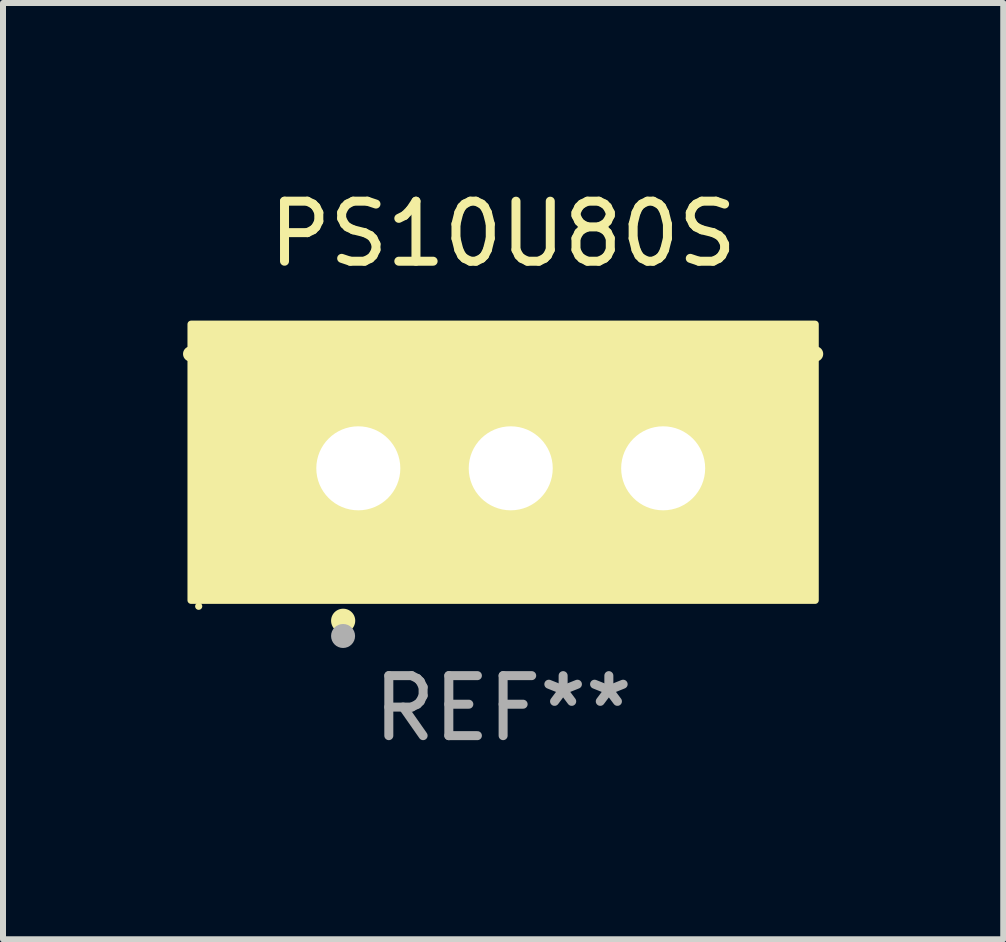
<source format=kicad_pcb>
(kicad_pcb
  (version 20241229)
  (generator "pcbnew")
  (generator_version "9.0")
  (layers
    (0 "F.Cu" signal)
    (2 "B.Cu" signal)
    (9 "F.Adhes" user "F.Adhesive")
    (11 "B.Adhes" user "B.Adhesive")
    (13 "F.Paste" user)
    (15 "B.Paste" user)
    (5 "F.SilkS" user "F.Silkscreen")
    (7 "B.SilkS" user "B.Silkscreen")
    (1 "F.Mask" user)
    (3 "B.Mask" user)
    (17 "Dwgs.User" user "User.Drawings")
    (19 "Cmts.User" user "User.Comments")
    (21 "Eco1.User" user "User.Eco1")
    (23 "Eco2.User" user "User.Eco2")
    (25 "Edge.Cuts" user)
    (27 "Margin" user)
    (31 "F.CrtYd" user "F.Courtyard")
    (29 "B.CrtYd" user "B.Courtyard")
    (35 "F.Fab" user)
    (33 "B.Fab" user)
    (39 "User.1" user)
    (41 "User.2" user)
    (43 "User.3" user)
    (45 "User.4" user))
  (footprint "PS10U80S"
    (layer "F.Cu")
    (at 5.334 3.801)
    (property "Reference" "PS10U80S" (at 0 -2.953 0) (layer "F.SilkS") (effects (font (size 1 1) (thickness 0.15))))
    (attr through_hole)
    (fp_line (start 5.207 -0.953) (end -5.207 -0.953) (stroke (width 0.254) (type solid)) (layer "F.SilkS"))
    (fp_arc (start -2.66698 3.49252) (mid -2.66571 3.492516) (end -2.66444 3.49252) (stroke (width 0.4) (type solid)) (layer "F.SilkS"))
    (fp_circle (center -5.073 3.252) (end -5.043 3.252) (stroke (width 0.06) (type solid)) (fill no) (layer "F.SilkS"))
    (fp_poly (pts (xy -5.2 -1.448) (xy 5.2 -1.448) (xy 5.2 3.152) (xy -5.2 3.152)) (stroke (width 0.12) (type solid)) (fill yes) (layer "F.SilkS"))
    (fp_circle (center -2.667 3.747) (end -2.567 3.747) (stroke (width 0.2) (type solid)) (fill no) (layer "F.Fab"))
    (fp_text user "REF**" (at 0 4.953 0) (layer "F.Fab") (effects (font (size 1 1) (thickness 0.15))))
    (pad "1" thru_hole rect (at -2.413 0.953) (size 2 2.5) (drill 1.4) (layers "*.Cu" "*.Mask"))
    (pad "2" thru_hole oval (at 0.127 0.953) (size 2 2.5) (drill 1.4) (layers "*.Cu" "*.Mask"))
    (pad "3" thru_hole oval (at 2.667 0.953) (size 2 2.5) (drill 1.4) (layers "*.Cu" "*.Mask")))
  (gr_rect
    (start -3 -3)
    (end 13.668 12.602)
    (stroke (width 0.1) (type default))
    (fill no)
    (layer "Edge.Cuts")))
</source>
